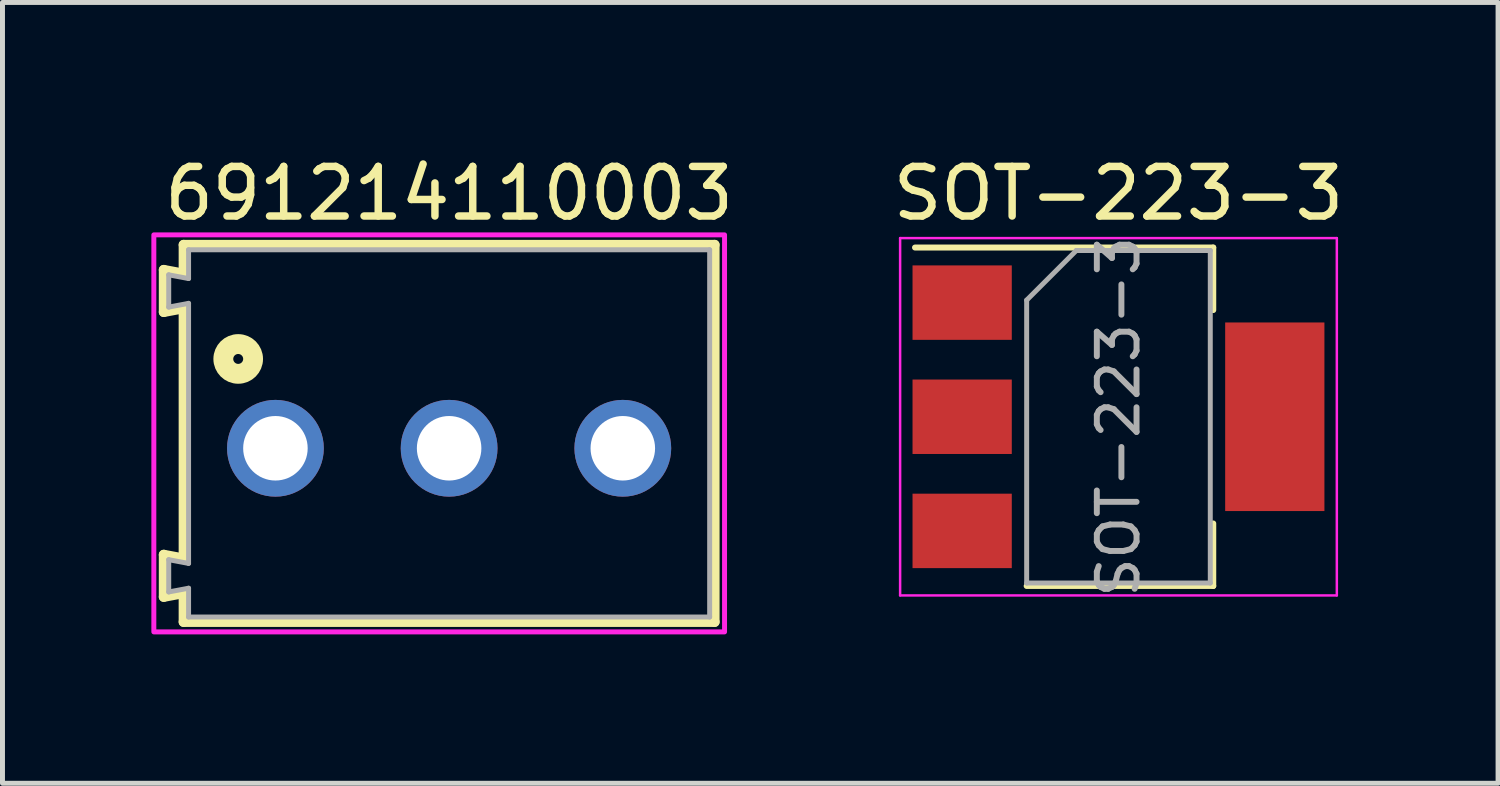
<source format=kicad_pcb>
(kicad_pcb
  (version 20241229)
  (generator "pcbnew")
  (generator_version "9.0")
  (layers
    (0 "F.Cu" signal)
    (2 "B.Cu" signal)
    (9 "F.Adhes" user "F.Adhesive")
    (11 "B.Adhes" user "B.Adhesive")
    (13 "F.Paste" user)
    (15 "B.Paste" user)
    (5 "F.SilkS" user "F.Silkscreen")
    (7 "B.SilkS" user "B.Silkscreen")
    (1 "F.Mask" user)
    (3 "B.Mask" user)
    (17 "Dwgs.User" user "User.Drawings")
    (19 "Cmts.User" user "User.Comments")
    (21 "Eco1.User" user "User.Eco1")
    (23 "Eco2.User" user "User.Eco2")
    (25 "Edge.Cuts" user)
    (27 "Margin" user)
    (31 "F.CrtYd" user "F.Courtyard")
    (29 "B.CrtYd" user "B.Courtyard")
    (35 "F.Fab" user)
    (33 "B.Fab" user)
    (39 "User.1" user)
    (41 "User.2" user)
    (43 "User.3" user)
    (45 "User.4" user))
  (footprint "691214110003"
    (layer "F.Cu")
    (at 6 5.983)
    (property "Reference" "691214110003" (at 0 -5.135 0) (layer "F.SilkS") (effects (font (size 1 1) (thickness 0.15))))
    (attr through_hole)
    (fp_line (start -5.75 -3.595) (end -5.35 -3.52) (stroke (width 0.2) (type solid)) (layer "F.SilkS"))
    (fp_line (start -5.75 -2.745) (end -5.75 -3.595) (stroke (width 0.2) (type solid)) (layer "F.SilkS"))
    (fp_line (start -5.75 2.145) (end -5.35 2.22) (stroke (width 0.2) (type solid)) (layer "F.SilkS"))
    (fp_line (start -5.75 2.995) (end -5.75 2.145) (stroke (width 0.2) (type solid)) (layer "F.SilkS"))
    (fp_line (start -5.35 -4.1) (end 5.35 -4.1) (stroke (width 0.2) (type solid)) (layer "F.SilkS"))
    (fp_line (start -5.35 -3.52) (end -5.35 -4.1) (stroke (width 0.2) (type solid)) (layer "F.SilkS"))
    (fp_line (start -5.35 -2.82) (end -5.75 -2.745) (stroke (width 0.2) (type solid)) (layer "F.SilkS"))
    (fp_line (start -5.35 2.22) (end -5.35 -2.82) (stroke (width 0.2) (type solid)) (layer "F.SilkS"))
    (fp_line (start -5.35 2.92) (end -5.75 2.995) (stroke (width 0.2) (type solid)) (layer "F.SilkS"))
    (fp_line (start -5.35 3.5) (end -5.35 2.92) (stroke (width 0.2) (type solid)) (layer "F.SilkS"))
    (fp_line (start 5.35 -4.1) (end 5.35 3.5) (stroke (width 0.2) (type solid)) (layer "F.SilkS"))
    (fp_line (start 5.35 3.5) (end -5.35 3.5) (stroke (width 0.2) (type solid)) (layer "F.SilkS"))
    (fp_circle (center -4.25 -1.8) (end -4.15 -1.8) (stroke (width 0.4) (type solid)) (fill no) (layer "F.SilkS"))
    (fp_poly (pts (xy -5.95 -4.3) (xy 5.55 -4.3) (xy 5.55 3.7) (xy -5.95 3.7)) (stroke (width 0.1) (type solid)) (fill no) (layer "F.CrtYd"))
    (fp_line (start -5.65 -3.495) (end -5.65 -2.845) (stroke (width 0.1) (type solid)) (layer "F.Fab"))
    (fp_line (start -5.65 -2.845) (end -5.25 -2.92) (stroke (width 0.1) (type solid)) (layer "F.Fab"))
    (fp_line (start -5.65 2.245) (end -5.65 2.895) (stroke (width 0.1) (type solid)) (layer "F.Fab"))
    (fp_line (start -5.65 2.245) (end -5.25 2.32) (stroke (width 0.1) (type solid)) (layer "F.Fab"))
    (fp_line (start -5.65 2.895) (end -5.25 2.82) (stroke (width 0.1) (type solid)) (layer "F.Fab"))
    (fp_line (start -5.25 -4) (end -5.25 -3.42) (stroke (width 0.1) (type solid)) (layer "F.Fab"))
    (fp_line (start -5.25 -3.42) (end -5.65 -3.495) (stroke (width 0.1) (type solid)) (layer "F.Fab"))
    (fp_line (start -5.25 -2.92) (end -5.25 2.32) (stroke (width 0.1) (type solid)) (layer "F.Fab"))
    (fp_line (start -5.25 2.82) (end -5.25 3.4) (stroke (width 0.1) (type solid)) (layer "F.Fab"))
    (fp_line (start -5.25 3.4) (end 5.25 3.4) (stroke (width 0.1) (type solid)) (layer "F.Fab"))
    (fp_line (start 5.25 -4) (end -5.25 -4) (stroke (width 0.1) (type solid)) (layer "F.Fab"))
    (fp_line (start 5.25 3.4) (end 5.25 -4) (stroke (width 0.1) (type solid)) (layer "F.Fab"))
    (pad "1" thru_hole circle (at -3.5 0) (size 1.95 1.95) (drill 1.3) (layers "*.Cu" "*.Mask"))
    (pad "2" thru_hole circle (at 0 0) (size 1.95 1.95) (drill 1.3) (layers "*.Cu" "*.Mask"))
    (pad "3" thru_hole circle (at 3.5 0) (size 1.95 1.95) (drill 1.3) (layers "*.Cu" "*.Mask")))
  (footprint "SOT-223-3"
    (layer "F.Cu")
    (at 19.488 5.348)
    (property "Reference" "SOT-223-3" (at 0 -4.5 0) (layer "F.SilkS") (effects (font (size 1 1) (thickness 0.15))))
    (attr smd)
    (fp_line (start -4.1 -3.41) (end 1.91 -3.41) (stroke (width 0.12) (type solid)) (layer "F.SilkS"))
    (fp_line (start -1.85 3.41) (end 1.91 3.41) (stroke (width 0.12) (type solid)) (layer "F.SilkS"))
    (fp_line (start 1.91 -3.41) (end 1.91 -2.15) (stroke (width 0.12) (type solid)) (layer "F.SilkS"))
    (fp_line (start 1.91 3.41) (end 1.91 2.15) (stroke (width 0.12) (type solid)) (layer "F.SilkS"))
    (fp_line (start -4.4 -3.6) (end -4.4 3.6) (stroke (width 0.05) (type solid)) (layer "F.CrtYd"))
    (fp_line (start -4.4 3.6) (end 4.4 3.6) (stroke (width 0.05) (type solid)) (layer "F.CrtYd"))
    (fp_line (start 4.4 -3.6) (end -4.4 -3.6) (stroke (width 0.05) (type solid)) (layer "F.CrtYd"))
    (fp_line (start 4.4 3.6) (end 4.4 -3.6) (stroke (width 0.05) (type solid)) (layer "F.CrtYd"))
    (fp_line (start -1.85 -2.35) (end -1.85 3.35) (stroke (width 0.1) (type solid)) (layer "F.Fab"))
    (fp_line (start -1.85 -2.35) (end -0.85 -3.35) (stroke (width 0.1) (type solid)) (layer "F.Fab"))
    (fp_line (start -1.85 3.35) (end 1.85 3.35) (stroke (width 0.1) (type solid)) (layer "F.Fab"))
    (fp_line (start -0.85 -3.35) (end 1.85 -3.35) (stroke (width 0.1) (type solid)) (layer "F.Fab"))
    (fp_line (start 1.85 -3.35) (end 1.85 3.35) (stroke (width 0.1) (type solid)) (layer "F.Fab"))
    (fp_text user "${REFERENCE}" (at 0 0 90) (layer "F.Fab") (effects (font (size 0.8 0.8) (thickness 0.12))))
    (pad "1" smd rect (at -3.15 -2.3) (size 2 1.5) (layers "F.Cu" "F.Mask" "F.Paste"))
    (pad "2" smd rect (at -3.15 0) (size 2 1.5) (layers "F.Cu" "F.Mask" "F.Paste"))
    (pad "2" smd rect (at 3.15 0) (size 2 3.8) (layers "F.Cu" "F.Mask" "F.Paste"))
    (pad "3" smd rect (at -3.15 2.3) (size 2 1.5) (layers "F.Cu" "F.Mask" "F.Paste")))
  (gr_rect
    (start -3 -3)
    (end 27.137 12.733)
    (stroke (width 0.1) (type default))
    (fill no)
    (layer "Edge.Cuts")))
</source>
